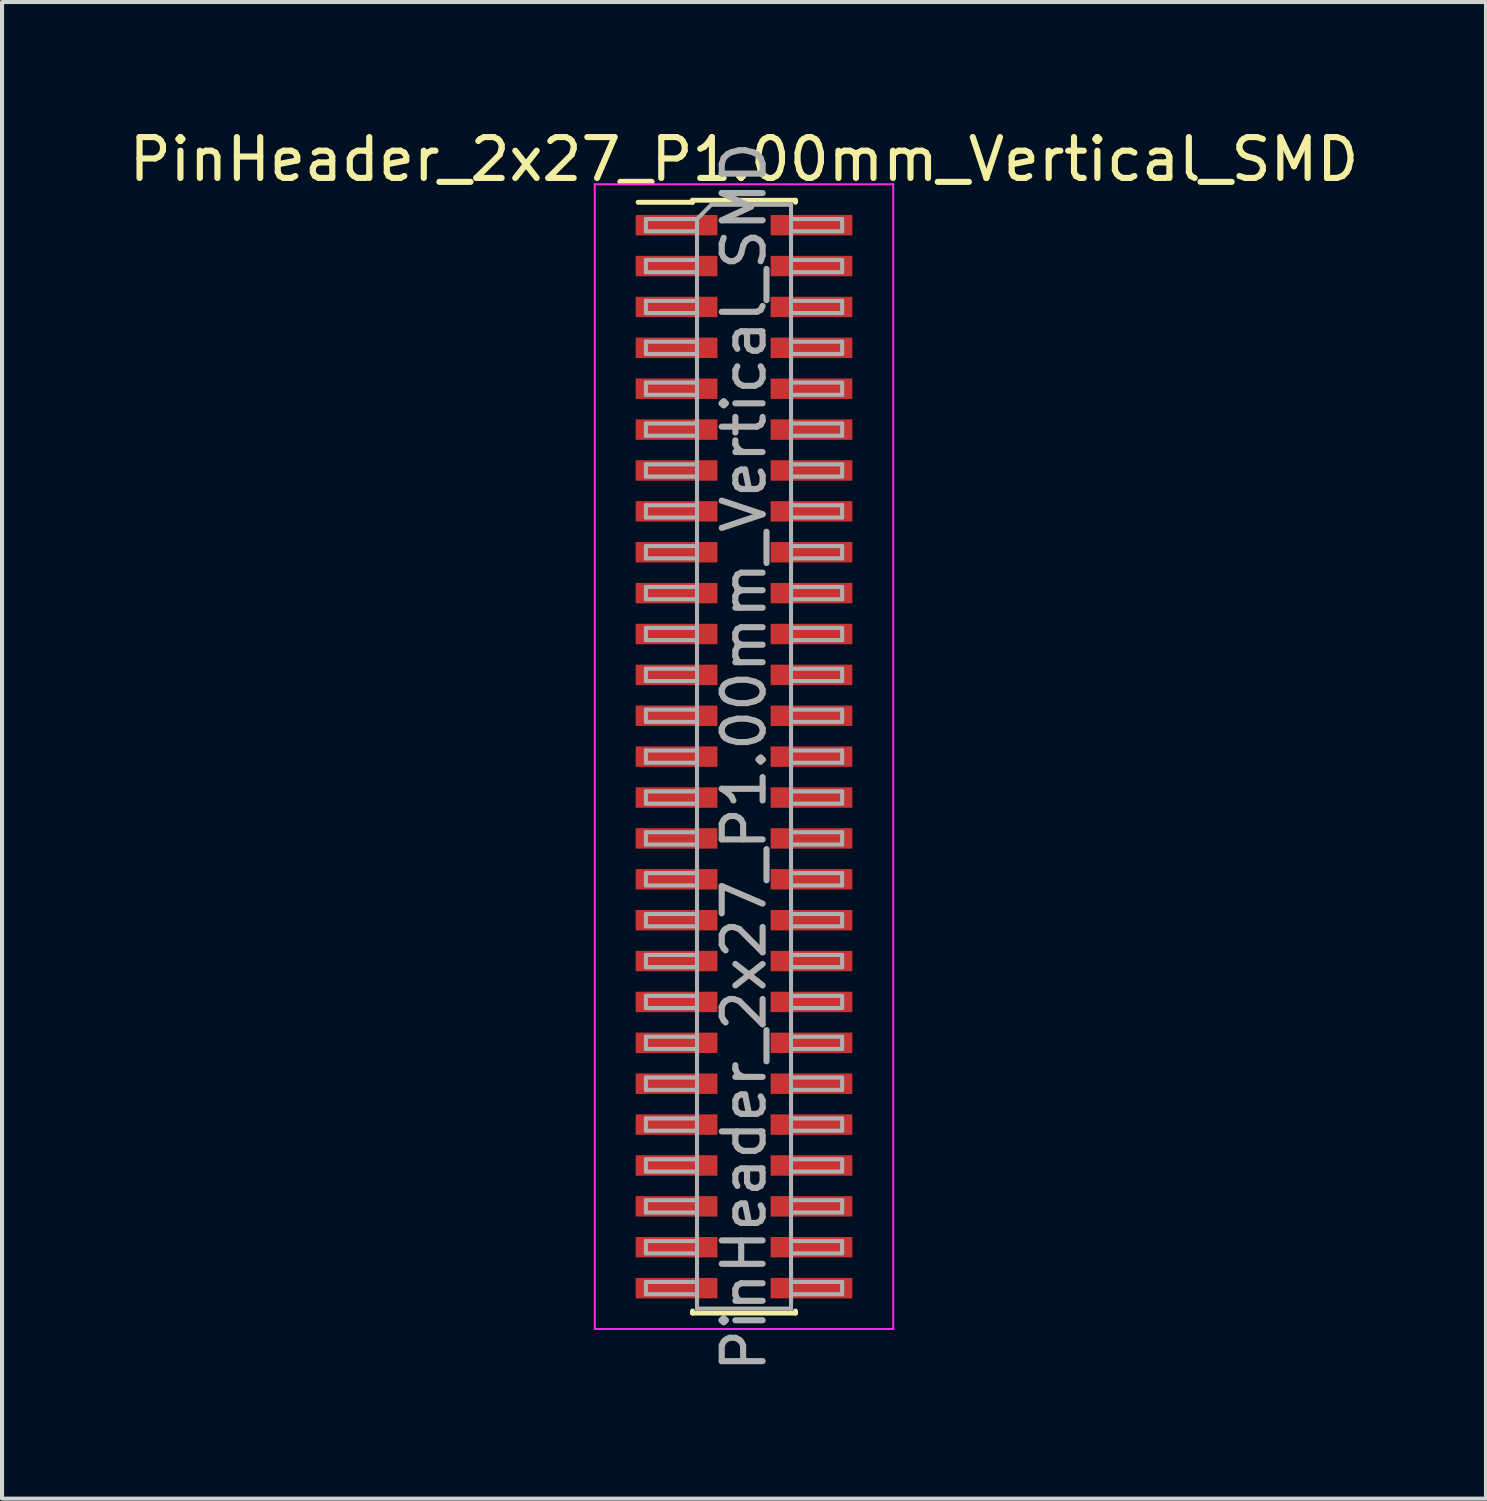
<source format=kicad_pcb>
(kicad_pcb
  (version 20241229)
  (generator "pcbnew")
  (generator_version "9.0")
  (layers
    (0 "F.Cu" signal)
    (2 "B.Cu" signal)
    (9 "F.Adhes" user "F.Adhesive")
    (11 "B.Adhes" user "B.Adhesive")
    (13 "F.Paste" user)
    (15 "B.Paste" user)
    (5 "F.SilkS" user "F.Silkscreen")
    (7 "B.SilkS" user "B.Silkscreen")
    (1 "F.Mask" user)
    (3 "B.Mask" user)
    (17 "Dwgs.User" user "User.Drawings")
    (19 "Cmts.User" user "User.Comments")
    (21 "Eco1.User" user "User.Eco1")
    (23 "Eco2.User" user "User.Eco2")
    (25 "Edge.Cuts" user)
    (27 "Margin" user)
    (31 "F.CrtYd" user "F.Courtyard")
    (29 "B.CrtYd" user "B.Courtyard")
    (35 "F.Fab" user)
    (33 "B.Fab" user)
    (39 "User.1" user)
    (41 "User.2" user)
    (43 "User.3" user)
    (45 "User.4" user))
  (footprint "PinHeader_2x27_P1.00mm_Vertical_SMD"
    (layer "F.Cu")
    (at 15.149 15.458)
    (property "Reference" "PinHeader_2x27_P1.00mm_Vertical_SMD" (at 0 -14.61 0) (layer "F.SilkS") (effects (font (size 1 1) (thickness 0.15))))
    (attr smd)
    (fp_line (start -2.59 -13.56) (end -1.26 -13.56) (stroke (width 0.12) (type solid)) (layer "F.SilkS"))
    (fp_line (start -1.26 -13.61) (end -1.26 -13.56) (stroke (width 0.12) (type solid)) (layer "F.SilkS"))
    (fp_line (start -1.26 -13.61) (end 1.26 -13.61) (stroke (width 0.12) (type solid)) (layer "F.SilkS"))
    (fp_line (start -1.26 13.56) (end -1.26 13.61) (stroke (width 0.12) (type solid)) (layer "F.SilkS"))
    (fp_line (start -1.26 13.61) (end 1.26 13.61) (stroke (width 0.12) (type solid)) (layer "F.SilkS"))
    (fp_line (start 1.26 -13.61) (end 1.26 -13.56) (stroke (width 0.12) (type solid)) (layer "F.SilkS"))
    (fp_line (start 1.26 13.56) (end 1.26 13.61) (stroke (width 0.12) (type solid)) (layer "F.SilkS"))
    (fp_line (start -3.65 -14) (end -3.65 14) (stroke (width 0.05) (type solid)) (layer "F.CrtYd"))
    (fp_line (start -3.65 14) (end 3.65 14) (stroke (width 0.05) (type solid)) (layer "F.CrtYd"))
    (fp_line (start 3.65 -14) (end -3.65 -14) (stroke (width 0.05) (type solid)) (layer "F.CrtYd"))
    (fp_line (start 3.65 14) (end 3.65 -14) (stroke (width 0.05) (type solid)) (layer "F.CrtYd"))
    (fp_line (start -2.4 -13.15) (end -2.4 -12.85) (stroke (width 0.1) (type solid)) (layer "F.Fab"))
    (fp_line (start -2.4 -12.85) (end -1.15 -12.85) (stroke (width 0.1) (type solid)) (layer "F.Fab"))
    (fp_line (start -2.4 -12.15) (end -2.4 -11.85) (stroke (width 0.1) (type solid)) (layer "F.Fab"))
    (fp_line (start -2.4 -11.85) (end -1.15 -11.85) (stroke (width 0.1) (type solid)) (layer "F.Fab"))
    (fp_line (start -2.4 -11.15) (end -2.4 -10.85) (stroke (width 0.1) (type solid)) (layer "F.Fab"))
    (fp_line (start -2.4 -10.85) (end -1.15 -10.85) (stroke (width 0.1) (type solid)) (layer "F.Fab"))
    (fp_line (start -2.4 -10.15) (end -2.4 -9.85) (stroke (width 0.1) (type solid)) (layer "F.Fab"))
    (fp_line (start -2.4 -9.85) (end -1.15 -9.85) (stroke (width 0.1) (type solid)) (layer "F.Fab"))
    (fp_line (start -2.4 -9.15) (end -2.4 -8.85) (stroke (width 0.1) (type solid)) (layer "F.Fab"))
    (fp_line (start -2.4 -8.85) (end -1.15 -8.85) (stroke (width 0.1) (type solid)) (layer "F.Fab"))
    (fp_line (start -2.4 -8.15) (end -2.4 -7.85) (stroke (width 0.1) (type solid)) (layer "F.Fab"))
    (fp_line (start -2.4 -7.85) (end -1.15 -7.85) (stroke (width 0.1) (type solid)) (layer "F.Fab"))
    (fp_line (start -2.4 -7.15) (end -2.4 -6.85) (stroke (width 0.1) (type solid)) (layer "F.Fab"))
    (fp_line (start -2.4 -6.85) (end -1.15 -6.85) (stroke (width 0.1) (type solid)) (layer "F.Fab"))
    (fp_line (start -2.4 -6.15) (end -2.4 -5.85) (stroke (width 0.1) (type solid)) (layer "F.Fab"))
    (fp_line (start -2.4 -5.85) (end -1.15 -5.85) (stroke (width 0.1) (type solid)) (layer "F.Fab"))
    (fp_line (start -2.4 -5.15) (end -2.4 -4.85) (stroke (width 0.1) (type solid)) (layer "F.Fab"))
    (fp_line (start -2.4 -4.85) (end -1.15 -4.85) (stroke (width 0.1) (type solid)) (layer "F.Fab"))
    (fp_line (start -2.4 -4.15) (end -2.4 -3.85) (stroke (width 0.1) (type solid)) (layer "F.Fab"))
    (fp_line (start -2.4 -3.85) (end -1.15 -3.85) (stroke (width 0.1) (type solid)) (layer "F.Fab"))
    (fp_line (start -2.4 -3.15) (end -2.4 -2.85) (stroke (width 0.1) (type solid)) (layer "F.Fab"))
    (fp_line (start -2.4 -2.85) (end -1.15 -2.85) (stroke (width 0.1) (type solid)) (layer "F.Fab"))
    (fp_line (start -2.4 -2.15) (end -2.4 -1.85) (stroke (width 0.1) (type solid)) (layer "F.Fab"))
    (fp_line (start -2.4 -1.85) (end -1.15 -1.85) (stroke (width 0.1) (type solid)) (layer "F.Fab"))
    (fp_line (start -2.4 -1.15) (end -2.4 -0.85) (stroke (width 0.1) (type solid)) (layer "F.Fab"))
    (fp_line (start -2.4 -0.85) (end -1.15 -0.85) (stroke (width 0.1) (type solid)) (layer "F.Fab"))
    (fp_line (start -2.4 -0.15) (end -2.4 0.15) (stroke (width 0.1) (type solid)) (layer "F.Fab"))
    (fp_line (start -2.4 0.15) (end -1.15 0.15) (stroke (width 0.1) (type solid)) (layer "F.Fab"))
    (fp_line (start -2.4 0.85) (end -2.4 1.15) (stroke (width 0.1) (type solid)) (layer "F.Fab"))
    (fp_line (start -2.4 1.15) (end -1.15 1.15) (stroke (width 0.1) (type solid)) (layer "F.Fab"))
    (fp_line (start -2.4 1.85) (end -2.4 2.15) (stroke (width 0.1) (type solid)) (layer "F.Fab"))
    (fp_line (start -2.4 2.15) (end -1.15 2.15) (stroke (width 0.1) (type solid)) (layer "F.Fab"))
    (fp_line (start -2.4 2.85) (end -2.4 3.15) (stroke (width 0.1) (type solid)) (layer "F.Fab"))
    (fp_line (start -2.4 3.15) (end -1.15 3.15) (stroke (width 0.1) (type solid)) (layer "F.Fab"))
    (fp_line (start -2.4 3.85) (end -2.4 4.15) (stroke (width 0.1) (type solid)) (layer "F.Fab"))
    (fp_line (start -2.4 4.15) (end -1.15 4.15) (stroke (width 0.1) (type solid)) (layer "F.Fab"))
    (fp_line (start -2.4 4.85) (end -2.4 5.15) (stroke (width 0.1) (type solid)) (layer "F.Fab"))
    (fp_line (start -2.4 5.15) (end -1.15 5.15) (stroke (width 0.1) (type solid)) (layer "F.Fab"))
    (fp_line (start -2.4 5.85) (end -2.4 6.15) (stroke (width 0.1) (type solid)) (layer "F.Fab"))
    (fp_line (start -2.4 6.15) (end -1.15 6.15) (stroke (width 0.1) (type solid)) (layer "F.Fab"))
    (fp_line (start -2.4 6.85) (end -2.4 7.15) (stroke (width 0.1) (type solid)) (layer "F.Fab"))
    (fp_line (start -2.4 7.15) (end -1.15 7.15) (stroke (width 0.1) (type solid)) (layer "F.Fab"))
    (fp_line (start -2.4 7.85) (end -2.4 8.15) (stroke (width 0.1) (type solid)) (layer "F.Fab"))
    (fp_line (start -2.4 8.15) (end -1.15 8.15) (stroke (width 0.1) (type solid)) (layer "F.Fab"))
    (fp_line (start -2.4 8.85) (end -2.4 9.15) (stroke (width 0.1) (type solid)) (layer "F.Fab"))
    (fp_line (start -2.4 9.15) (end -1.15 9.15) (stroke (width 0.1) (type solid)) (layer "F.Fab"))
    (fp_line (start -2.4 9.85) (end -2.4 10.15) (stroke (width 0.1) (type solid)) (layer "F.Fab"))
    (fp_line (start -2.4 10.15) (end -1.15 10.15) (stroke (width 0.1) (type solid)) (layer "F.Fab"))
    (fp_line (start -2.4 10.85) (end -2.4 11.15) (stroke (width 0.1) (type solid)) (layer "F.Fab"))
    (fp_line (start -2.4 11.15) (end -1.15 11.15) (stroke (width 0.1) (type solid)) (layer "F.Fab"))
    (fp_line (start -2.4 11.85) (end -2.4 12.15) (stroke (width 0.1) (type solid)) (layer "F.Fab"))
    (fp_line (start -2.4 12.15) (end -1.15 12.15) (stroke (width 0.1) (type solid)) (layer "F.Fab"))
    (fp_line (start -2.4 12.85) (end -2.4 13.15) (stroke (width 0.1) (type solid)) (layer "F.Fab"))
    (fp_line (start -2.4 13.15) (end -1.15 13.15) (stroke (width 0.1) (type solid)) (layer "F.Fab"))
    (fp_line (start -1.15 -13.15) (end -2.4 -13.15) (stroke (width 0.1) (type solid)) (layer "F.Fab"))
    (fp_line (start -1.15 -13.15) (end -0.8 -13.5) (stroke (width 0.1) (type solid)) (layer "F.Fab"))
    (fp_line (start -1.15 -12.15) (end -2.4 -12.15) (stroke (width 0.1) (type solid)) (layer "F.Fab"))
    (fp_line (start -1.15 -11.15) (end -2.4 -11.15) (stroke (width 0.1) (type solid)) (layer "F.Fab"))
    (fp_line (start -1.15 -10.15) (end -2.4 -10.15) (stroke (width 0.1) (type solid)) (layer "F.Fab"))
    (fp_line (start -1.15 -9.15) (end -2.4 -9.15) (stroke (width 0.1) (type solid)) (layer "F.Fab"))
    (fp_line (start -1.15 -8.15) (end -2.4 -8.15) (stroke (width 0.1) (type solid)) (layer "F.Fab"))
    (fp_line (start -1.15 -7.15) (end -2.4 -7.15) (stroke (width 0.1) (type solid)) (layer "F.Fab"))
    (fp_line (start -1.15 -6.15) (end -2.4 -6.15) (stroke (width 0.1) (type solid)) (layer "F.Fab"))
    (fp_line (start -1.15 -5.15) (end -2.4 -5.15) (stroke (width 0.1) (type solid)) (layer "F.Fab"))
    (fp_line (start -1.15 -4.15) (end -2.4 -4.15) (stroke (width 0.1) (type solid)) (layer "F.Fab"))
    (fp_line (start -1.15 -3.15) (end -2.4 -3.15) (stroke (width 0.1) (type solid)) (layer "F.Fab"))
    (fp_line (start -1.15 -2.15) (end -2.4 -2.15) (stroke (width 0.1) (type solid)) (layer "F.Fab"))
    (fp_line (start -1.15 -1.15) (end -2.4 -1.15) (stroke (width 0.1) (type solid)) (layer "F.Fab"))
    (fp_line (start -1.15 -0.15) (end -2.4 -0.15) (stroke (width 0.1) (type solid)) (layer "F.Fab"))
    (fp_line (start -1.15 0.85) (end -2.4 0.85) (stroke (width 0.1) (type solid)) (layer "F.Fab"))
    (fp_line (start -1.15 1.85) (end -2.4 1.85) (stroke (width 0.1) (type solid)) (layer "F.Fab"))
    (fp_line (start -1.15 2.85) (end -2.4 2.85) (stroke (width 0.1) (type solid)) (layer "F.Fab"))
    (fp_line (start -1.15 3.85) (end -2.4 3.85) (stroke (width 0.1) (type solid)) (layer "F.Fab"))
    (fp_line (start -1.15 4.85) (end -2.4 4.85) (stroke (width 0.1) (type solid)) (layer "F.Fab"))
    (fp_line (start -1.15 5.85) (end -2.4 5.85) (stroke (width 0.1) (type solid)) (layer "F.Fab"))
    (fp_line (start -1.15 6.85) (end -2.4 6.85) (stroke (width 0.1) (type solid)) (layer "F.Fab"))
    (fp_line (start -1.15 7.85) (end -2.4 7.85) (stroke (width 0.1) (type solid)) (layer "F.Fab"))
    (fp_line (start -1.15 8.85) (end -2.4 8.85) (stroke (width 0.1) (type solid)) (layer "F.Fab"))
    (fp_line (start -1.15 9.85) (end -2.4 9.85) (stroke (width 0.1) (type solid)) (layer "F.Fab"))
    (fp_line (start -1.15 10.85) (end -2.4 10.85) (stroke (width 0.1) (type solid)) (layer "F.Fab"))
    (fp_line (start -1.15 11.85) (end -2.4 11.85) (stroke (width 0.1) (type solid)) (layer "F.Fab"))
    (fp_line (start -1.15 12.85) (end -2.4 12.85) (stroke (width 0.1) (type solid)) (layer "F.Fab"))
    (fp_line (start -1.15 13.5) (end -1.15 -13.15) (stroke (width 0.1) (type solid)) (layer "F.Fab"))
    (fp_line (start -0.8 -13.5) (end 1.15 -13.5) (stroke (width 0.1) (type solid)) (layer "F.Fab"))
    (fp_line (start 1.15 -13.5) (end 1.15 13.5) (stroke (width 0.1) (type solid)) (layer "F.Fab"))
    (fp_line (start 1.15 -13.15) (end 2.4 -13.15) (stroke (width 0.1) (type solid)) (layer "F.Fab"))
    (fp_line (start 1.15 -12.15) (end 2.4 -12.15) (stroke (width 0.1) (type solid)) (layer "F.Fab"))
    (fp_line (start 1.15 -11.15) (end 2.4 -11.15) (stroke (width 0.1) (type solid)) (layer "F.Fab"))
    (fp_line (start 1.15 -10.15) (end 2.4 -10.15) (stroke (width 0.1) (type solid)) (layer "F.Fab"))
    (fp_line (start 1.15 -9.15) (end 2.4 -9.15) (stroke (width 0.1) (type solid)) (layer "F.Fab"))
    (fp_line (start 1.15 -8.15) (end 2.4 -8.15) (stroke (width 0.1) (type solid)) (layer "F.Fab"))
    (fp_line (start 1.15 -7.15) (end 2.4 -7.15) (stroke (width 0.1) (type solid)) (layer "F.Fab"))
    (fp_line (start 1.15 -6.15) (end 2.4 -6.15) (stroke (width 0.1) (type solid)) (layer "F.Fab"))
    (fp_line (start 1.15 -5.15) (end 2.4 -5.15) (stroke (width 0.1) (type solid)) (layer "F.Fab"))
    (fp_line (start 1.15 -4.15) (end 2.4 -4.15) (stroke (width 0.1) (type solid)) (layer "F.Fab"))
    (fp_line (start 1.15 -3.15) (end 2.4 -3.15) (stroke (width 0.1) (type solid)) (layer "F.Fab"))
    (fp_line (start 1.15 -2.15) (end 2.4 -2.15) (stroke (width 0.1) (type solid)) (layer "F.Fab"))
    (fp_line (start 1.15 -1.15) (end 2.4 -1.15) (stroke (width 0.1) (type solid)) (layer "F.Fab"))
    (fp_line (start 1.15 -0.15) (end 2.4 -0.15) (stroke (width 0.1) (type solid)) (layer "F.Fab"))
    (fp_line (start 1.15 0.85) (end 2.4 0.85) (stroke (width 0.1) (type solid)) (layer "F.Fab"))
    (fp_line (start 1.15 1.85) (end 2.4 1.85) (stroke (width 0.1) (type solid)) (layer "F.Fab"))
    (fp_line (start 1.15 2.85) (end 2.4 2.85) (stroke (width 0.1) (type solid)) (layer "F.Fab"))
    (fp_line (start 1.15 3.85) (end 2.4 3.85) (stroke (width 0.1) (type solid)) (layer "F.Fab"))
    (fp_line (start 1.15 4.85) (end 2.4 4.85) (stroke (width 0.1) (type solid)) (layer "F.Fab"))
    (fp_line (start 1.15 5.85) (end 2.4 5.85) (stroke (width 0.1) (type solid)) (layer "F.Fab"))
    (fp_line (start 1.15 6.85) (end 2.4 6.85) (stroke (width 0.1) (type solid)) (layer "F.Fab"))
    (fp_line (start 1.15 7.85) (end 2.4 7.85) (stroke (width 0.1) (type solid)) (layer "F.Fab"))
    (fp_line (start 1.15 8.85) (end 2.4 8.85) (stroke (width 0.1) (type solid)) (layer "F.Fab"))
    (fp_line (start 1.15 9.85) (end 2.4 9.85) (stroke (width 0.1) (type solid)) (layer "F.Fab"))
    (fp_line (start 1.15 10.85) (end 2.4 10.85) (stroke (width 0.1) (type solid)) (layer "F.Fab"))
    (fp_line (start 1.15 11.85) (end 2.4 11.85) (stroke (width 0.1) (type solid)) (layer "F.Fab"))
    (fp_line (start 1.15 12.85) (end 2.4 12.85) (stroke (width 0.1) (type solid)) (layer "F.Fab"))
    (fp_line (start 1.15 13.5) (end -1.15 13.5) (stroke (width 0.1) (type solid)) (layer "F.Fab"))
    (fp_line (start 2.4 -13.15) (end 2.4 -12.85) (stroke (width 0.1) (type solid)) (layer "F.Fab"))
    (fp_line (start 2.4 -12.85) (end 1.15 -12.85) (stroke (width 0.1) (type solid)) (layer "F.Fab"))
    (fp_line (start 2.4 -12.15) (end 2.4 -11.85) (stroke (width 0.1) (type solid)) (layer "F.Fab"))
    (fp_line (start 2.4 -11.85) (end 1.15 -11.85) (stroke (width 0.1) (type solid)) (layer "F.Fab"))
    (fp_line (start 2.4 -11.15) (end 2.4 -10.85) (stroke (width 0.1) (type solid)) (layer "F.Fab"))
    (fp_line (start 2.4 -10.85) (end 1.15 -10.85) (stroke (width 0.1) (type solid)) (layer "F.Fab"))
    (fp_line (start 2.4 -10.15) (end 2.4 -9.85) (stroke (width 0.1) (type solid)) (layer "F.Fab"))
    (fp_line (start 2.4 -9.85) (end 1.15 -9.85) (stroke (width 0.1) (type solid)) (layer "F.Fab"))
    (fp_line (start 2.4 -9.15) (end 2.4 -8.85) (stroke (width 0.1) (type solid)) (layer "F.Fab"))
    (fp_line (start 2.4 -8.85) (end 1.15 -8.85) (stroke (width 0.1) (type solid)) (layer "F.Fab"))
    (fp_line (start 2.4 -8.15) (end 2.4 -7.85) (stroke (width 0.1) (type solid)) (layer "F.Fab"))
    (fp_line (start 2.4 -7.85) (end 1.15 -7.85) (stroke (width 0.1) (type solid)) (layer "F.Fab"))
    (fp_line (start 2.4 -7.15) (end 2.4 -6.85) (stroke (width 0.1) (type solid)) (layer "F.Fab"))
    (fp_line (start 2.4 -6.85) (end 1.15 -6.85) (stroke (width 0.1) (type solid)) (layer "F.Fab"))
    (fp_line (start 2.4 -6.15) (end 2.4 -5.85) (stroke (width 0.1) (type solid)) (layer "F.Fab"))
    (fp_line (start 2.4 -5.85) (end 1.15 -5.85) (stroke (width 0.1) (type solid)) (layer "F.Fab"))
    (fp_line (start 2.4 -5.15) (end 2.4 -4.85) (stroke (width 0.1) (type solid)) (layer "F.Fab"))
    (fp_line (start 2.4 -4.85) (end 1.15 -4.85) (stroke (width 0.1) (type solid)) (layer "F.Fab"))
    (fp_line (start 2.4 -4.15) (end 2.4 -3.85) (stroke (width 0.1) (type solid)) (layer "F.Fab"))
    (fp_line (start 2.4 -3.85) (end 1.15 -3.85) (stroke (width 0.1) (type solid)) (layer "F.Fab"))
    (fp_line (start 2.4 -3.15) (end 2.4 -2.85) (stroke (width 0.1) (type solid)) (layer "F.Fab"))
    (fp_line (start 2.4 -2.85) (end 1.15 -2.85) (stroke (width 0.1) (type solid)) (layer "F.Fab"))
    (fp_line (start 2.4 -2.15) (end 2.4 -1.85) (stroke (width 0.1) (type solid)) (layer "F.Fab"))
    (fp_line (start 2.4 -1.85) (end 1.15 -1.85) (stroke (width 0.1) (type solid)) (layer "F.Fab"))
    (fp_line (start 2.4 -1.15) (end 2.4 -0.85) (stroke (width 0.1) (type solid)) (layer "F.Fab"))
    (fp_line (start 2.4 -0.85) (end 1.15 -0.85) (stroke (width 0.1) (type solid)) (layer "F.Fab"))
    (fp_line (start 2.4 -0.15) (end 2.4 0.15) (stroke (width 0.1) (type solid)) (layer "F.Fab"))
    (fp_line (start 2.4 0.15) (end 1.15 0.15) (stroke (width 0.1) (type solid)) (layer "F.Fab"))
    (fp_line (start 2.4 0.85) (end 2.4 1.15) (stroke (width 0.1) (type solid)) (layer "F.Fab"))
    (fp_line (start 2.4 1.15) (end 1.15 1.15) (stroke (width 0.1) (type solid)) (layer "F.Fab"))
    (fp_line (start 2.4 1.85) (end 2.4 2.15) (stroke (width 0.1) (type solid)) (layer "F.Fab"))
    (fp_line (start 2.4 2.15) (end 1.15 2.15) (stroke (width 0.1) (type solid)) (layer "F.Fab"))
    (fp_line (start 2.4 2.85) (end 2.4 3.15) (stroke (width 0.1) (type solid)) (layer "F.Fab"))
    (fp_line (start 2.4 3.15) (end 1.15 3.15) (stroke (width 0.1) (type solid)) (layer "F.Fab"))
    (fp_line (start 2.4 3.85) (end 2.4 4.15) (stroke (width 0.1) (type solid)) (layer "F.Fab"))
    (fp_line (start 2.4 4.15) (end 1.15 4.15) (stroke (width 0.1) (type solid)) (layer "F.Fab"))
    (fp_line (start 2.4 4.85) (end 2.4 5.15) (stroke (width 0.1) (type solid)) (layer "F.Fab"))
    (fp_line (start 2.4 5.15) (end 1.15 5.15) (stroke (width 0.1) (type solid)) (layer "F.Fab"))
    (fp_line (start 2.4 5.85) (end 2.4 6.15) (stroke (width 0.1) (type solid)) (layer "F.Fab"))
    (fp_line (start 2.4 6.15) (end 1.15 6.15) (stroke (width 0.1) (type solid)) (layer "F.Fab"))
    (fp_line (start 2.4 6.85) (end 2.4 7.15) (stroke (width 0.1) (type solid)) (layer "F.Fab"))
    (fp_line (start 2.4 7.15) (end 1.15 7.15) (stroke (width 0.1) (type solid)) (layer "F.Fab"))
    (fp_line (start 2.4 7.85) (end 2.4 8.15) (stroke (width 0.1) (type solid)) (layer "F.Fab"))
    (fp_line (start 2.4 8.15) (end 1.15 8.15) (stroke (width 0.1) (type solid)) (layer "F.Fab"))
    (fp_line (start 2.4 8.85) (end 2.4 9.15) (stroke (width 0.1) (type solid)) (layer "F.Fab"))
    (fp_line (start 2.4 9.15) (end 1.15 9.15) (stroke (width 0.1) (type solid)) (layer "F.Fab"))
    (fp_line (start 2.4 9.85) (end 2.4 10.15) (stroke (width 0.1) (type solid)) (layer "F.Fab"))
    (fp_line (start 2.4 10.15) (end 1.15 10.15) (stroke (width 0.1) (type solid)) (layer "F.Fab"))
    (fp_line (start 2.4 10.85) (end 2.4 11.15) (stroke (width 0.1) (type solid)) (layer "F.Fab"))
    (fp_line (start 2.4 11.15) (end 1.15 11.15) (stroke (width 0.1) (type solid)) (layer "F.Fab"))
    (fp_line (start 2.4 11.85) (end 2.4 12.15) (stroke (width 0.1) (type solid)) (layer "F.Fab"))
    (fp_line (start 2.4 12.15) (end 1.15 12.15) (stroke (width 0.1) (type solid)) (layer "F.Fab"))
    (fp_line (start 2.4 12.85) (end 2.4 13.15) (stroke (width 0.1) (type solid)) (layer "F.Fab"))
    (fp_line (start 2.4 13.15) (end 1.15 13.15) (stroke (width 0.1) (type solid)) (layer "F.Fab"))
    (fp_text user "${REFERENCE}" (at 0 0 90) (layer "F.Fab") (effects (font (size 1 1) (thickness 0.15))))
    (pad "1" smd rect (at -1.65 -13) (size 2 0.5) (layers "F.Cu" "F.Mask" "F.Paste"))
    (pad "2" smd rect (at 1.65 -13) (size 2 0.5) (layers "F.Cu" "F.Mask" "F.Paste"))
    (pad "3" smd rect (at -1.65 -12) (size 2 0.5) (layers "F.Cu" "F.Mask" "F.Paste"))
    (pad "4" smd rect (at 1.65 -12) (size 2 0.5) (layers "F.Cu" "F.Mask" "F.Paste"))
    (pad "5" smd rect (at -1.65 -11) (size 2 0.5) (layers "F.Cu" "F.Mask" "F.Paste"))
    (pad "6" smd rect (at 1.65 -11) (size 2 0.5) (layers "F.Cu" "F.Mask" "F.Paste"))
    (pad "7" smd rect (at -1.65 -10) (size 2 0.5) (layers "F.Cu" "F.Mask" "F.Paste"))
    (pad "8" smd rect (at 1.65 -10) (size 2 0.5) (layers "F.Cu" "F.Mask" "F.Paste"))
    (pad "9" smd rect (at -1.65 -9) (size 2 0.5) (layers "F.Cu" "F.Mask" "F.Paste"))
    (pad "10" smd rect (at 1.65 -9) (size 2 0.5) (layers "F.Cu" "F.Mask" "F.Paste"))
    (pad "11" smd rect (at -1.65 -8) (size 2 0.5) (layers "F.Cu" "F.Mask" "F.Paste"))
    (pad "12" smd rect (at 1.65 -8) (size 2 0.5) (layers "F.Cu" "F.Mask" "F.Paste"))
    (pad "13" smd rect (at -1.65 -7) (size 2 0.5) (layers "F.Cu" "F.Mask" "F.Paste"))
    (pad "14" smd rect (at 1.65 -7) (size 2 0.5) (layers "F.Cu" "F.Mask" "F.Paste"))
    (pad "15" smd rect (at -1.65 -6) (size 2 0.5) (layers "F.Cu" "F.Mask" "F.Paste"))
    (pad "16" smd rect (at 1.65 -6) (size 2 0.5) (layers "F.Cu" "F.Mask" "F.Paste"))
    (pad "17" smd rect (at -1.65 -5) (size 2 0.5) (layers "F.Cu" "F.Mask" "F.Paste"))
    (pad "18" smd rect (at 1.65 -5) (size 2 0.5) (layers "F.Cu" "F.Mask" "F.Paste"))
    (pad "19" smd rect (at -1.65 -4) (size 2 0.5) (layers "F.Cu" "F.Mask" "F.Paste"))
    (pad "20" smd rect (at 1.65 -4) (size 2 0.5) (layers "F.Cu" "F.Mask" "F.Paste"))
    (pad "21" smd rect (at -1.65 -3) (size 2 0.5) (layers "F.Cu" "F.Mask" "F.Paste"))
    (pad "22" smd rect (at 1.65 -3) (size 2 0.5) (layers "F.Cu" "F.Mask" "F.Paste"))
    (pad "23" smd rect (at -1.65 -2) (size 2 0.5) (layers "F.Cu" "F.Mask" "F.Paste"))
    (pad "24" smd rect (at 1.65 -2) (size 2 0.5) (layers "F.Cu" "F.Mask" "F.Paste"))
    (pad "25" smd rect (at -1.65 -1) (size 2 0.5) (layers "F.Cu" "F.Mask" "F.Paste"))
    (pad "26" smd rect (at 1.65 -1) (size 2 0.5) (layers "F.Cu" "F.Mask" "F.Paste"))
    (pad "27" smd rect (at -1.65 0) (size 2 0.5) (layers "F.Cu" "F.Mask" "F.Paste"))
    (pad "28" smd rect (at 1.65 0) (size 2 0.5) (layers "F.Cu" "F.Mask" "F.Paste"))
    (pad "29" smd rect (at -1.65 1) (size 2 0.5) (layers "F.Cu" "F.Mask" "F.Paste"))
    (pad "30" smd rect (at 1.65 1) (size 2 0.5) (layers "F.Cu" "F.Mask" "F.Paste"))
    (pad "31" smd rect (at -1.65 2) (size 2 0.5) (layers "F.Cu" "F.Mask" "F.Paste"))
    (pad "32" smd rect (at 1.65 2) (size 2 0.5) (layers "F.Cu" "F.Mask" "F.Paste"))
    (pad "33" smd rect (at -1.65 3) (size 2 0.5) (layers "F.Cu" "F.Mask" "F.Paste"))
    (pad "34" smd rect (at 1.65 3) (size 2 0.5) (layers "F.Cu" "F.Mask" "F.Paste"))
    (pad "35" smd rect (at -1.65 4) (size 2 0.5) (layers "F.Cu" "F.Mask" "F.Paste"))
    (pad "36" smd rect (at 1.65 4) (size 2 0.5) (layers "F.Cu" "F.Mask" "F.Paste"))
    (pad "37" smd rect (at -1.65 5) (size 2 0.5) (layers "F.Cu" "F.Mask" "F.Paste"))
    (pad "38" smd rect (at 1.65 5) (size 2 0.5) (layers "F.Cu" "F.Mask" "F.Paste"))
    (pad "39" smd rect (at -1.65 6) (size 2 0.5) (layers "F.Cu" "F.Mask" "F.Paste"))
    (pad "40" smd rect (at 1.65 6) (size 2 0.5) (layers "F.Cu" "F.Mask" "F.Paste"))
    (pad "41" smd rect (at -1.65 7) (size 2 0.5) (layers "F.Cu" "F.Mask" "F.Paste"))
    (pad "42" smd rect (at 1.65 7) (size 2 0.5) (layers "F.Cu" "F.Mask" "F.Paste"))
    (pad "43" smd rect (at -1.65 8) (size 2 0.5) (layers "F.Cu" "F.Mask" "F.Paste"))
    (pad "44" smd rect (at 1.65 8) (size 2 0.5) (layers "F.Cu" "F.Mask" "F.Paste"))
    (pad "45" smd rect (at -1.65 9) (size 2 0.5) (layers "F.Cu" "F.Mask" "F.Paste"))
    (pad "46" smd rect (at 1.65 9) (size 2 0.5) (layers "F.Cu" "F.Mask" "F.Paste"))
    (pad "47" smd rect (at -1.65 10) (size 2 0.5) (layers "F.Cu" "F.Mask" "F.Paste"))
    (pad "48" smd rect (at 1.65 10) (size 2 0.5) (layers "F.Cu" "F.Mask" "F.Paste"))
    (pad "49" smd rect (at -1.65 11) (size 2 0.5) (layers "F.Cu" "F.Mask" "F.Paste"))
    (pad "50" smd rect (at 1.65 11) (size 2 0.5) (layers "F.Cu" "F.Mask" "F.Paste"))
    (pad "51" smd rect (at -1.65 12) (size 2 0.5) (layers "F.Cu" "F.Mask" "F.Paste"))
    (pad "52" smd rect (at 1.65 12) (size 2 0.5) (layers "F.Cu" "F.Mask" "F.Paste"))
    (pad "53" smd rect (at -1.65 13) (size 2 0.5) (layers "F.Cu" "F.Mask" "F.Paste"))
    (pad "54" smd rect (at 1.65 13) (size 2 0.5) (layers "F.Cu" "F.Mask" "F.Paste")))
  (gr_rect
    (start -3 -3)
    (end 33.298 33.607)
    (stroke (width 0.1) (type default))
    (fill no)
    (layer "Edge.Cuts")))
</source>
